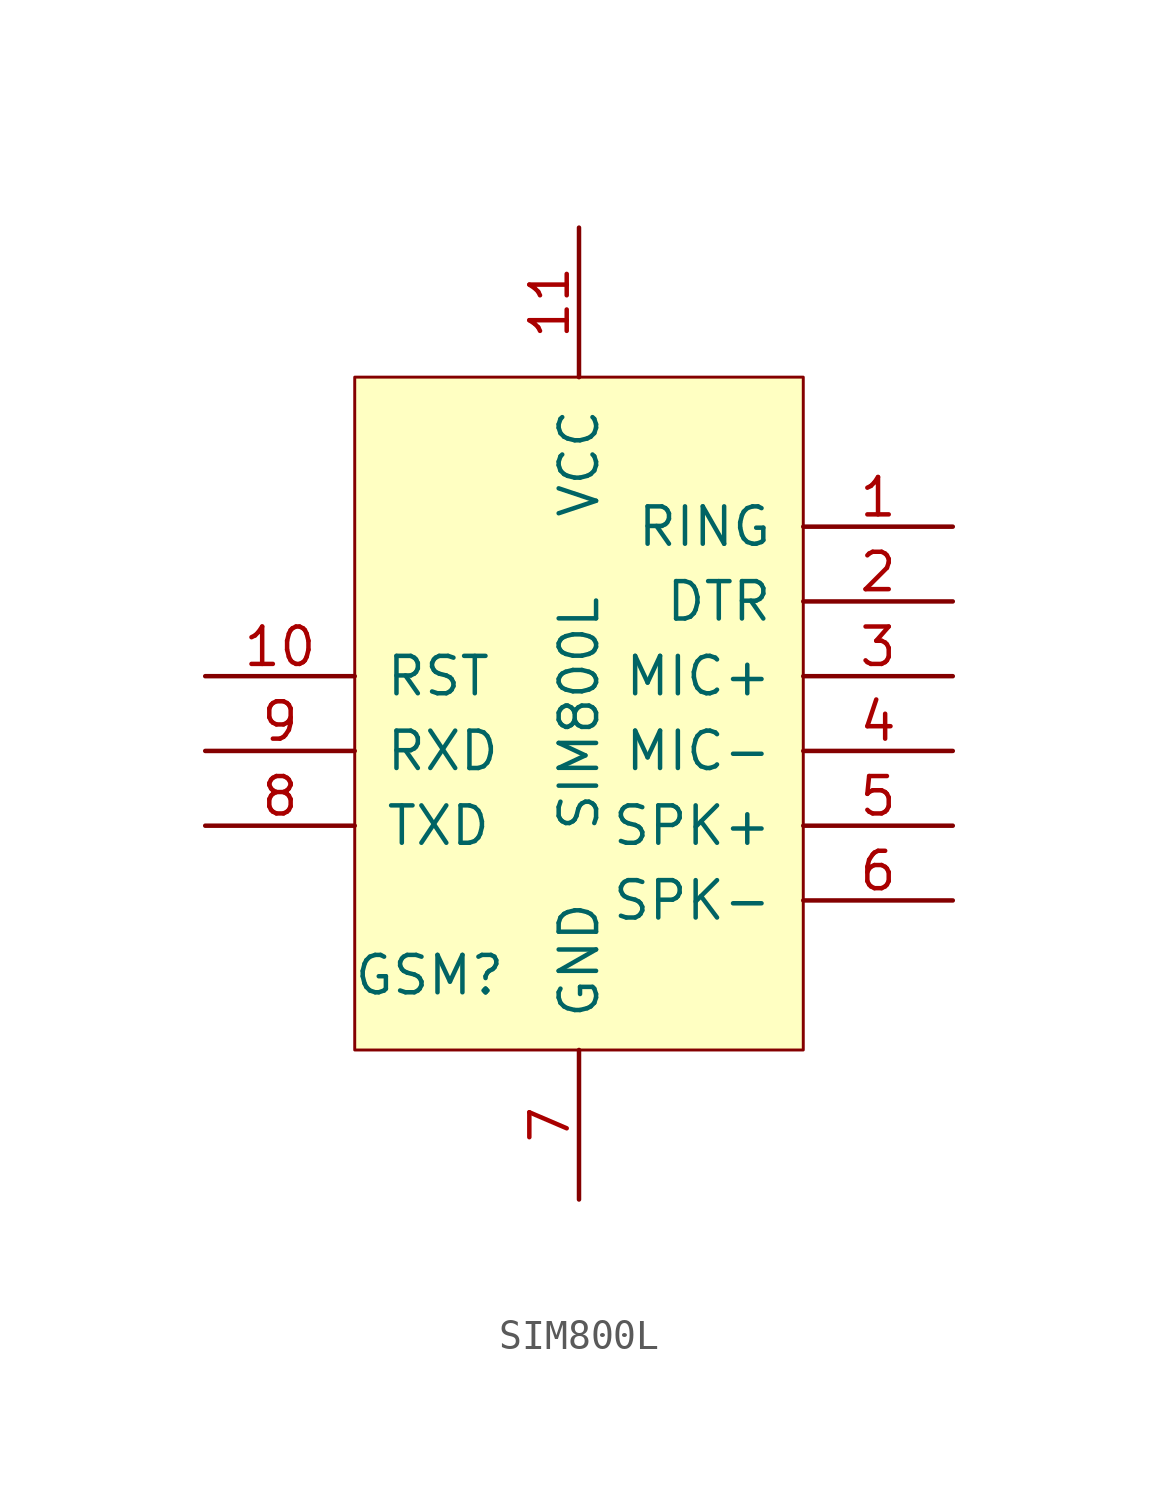
<source format=kicad_sym>
(kicad_symbol_lib
  (version 20220914)
  (generator kicad_symbol_editor)
  (symbol "SIM800L"
    (pin_names
      (offset 1.016))
    (property "Reference" "GSM"
      (at -5.08 -7.62 0)
      (effects (font (size 1.27 1.27))))
    (property "Value" "SIM800L"
      (at 0 1.27 90)
      (effects (font (size 1.27 1.27))))
    (symbol "SIM800L_1_1"
      (rectangle (start -7.62 12.7) (end 7.62 -10.16) (stroke (width 0.1) (type default)) (fill (type background)))
      (pin output line (at 12.7 7.62 180) (length 5.08) (name "RING" (effects (font (size 1.27 1.27)))) (number "1" (effects (font (size 1.27 1.27)))))
      (pin input line (at -12.7 2.54 0) (length 5.08) (name "RST" (effects (font (size 1.27 1.27)))) (number "10" (effects (font (size 1.27 1.27)))))
      (pin power_in line (at 0 17.78 270) (length 5.08) (name "VCC" (effects (font (size 1.27 1.27)))) (number "11" (effects (font (size 1.27 1.27)))))
      (pin no_connect line (at -12.7 5.08 0) (length 5.08) hide (name "NET" (effects (font (size 1.27 1.27)))) (number "12" (effects (font (size 1.27 1.27)))))
      (pin input line (at 12.7 5.08 180) (length 5.08) (name "DTR" (effects (font (size 1.27 1.27)))) (number "2" (effects (font (size 1.27 1.27)))))
      (pin bidirectional line (at 12.7 2.54 180) (length 5.08) (name "MIC+" (effects (font (size 1.27 1.27)))) (number "3" (effects (font (size 1.27 1.27)))))
      (pin bidirectional line (at 12.7 0 180) (length 5.08) (name "MIC-" (effects (font (size 1.27 1.27)))) (number "4" (effects (font (size 1.27 1.27)))))
      (pin bidirectional line (at 12.7 -2.54 180) (length 5.08) (name "SPK+" (effects (font (size 1.27 1.27)))) (number "5" (effects (font (size 1.27 1.27)))))
      (pin bidirectional line (at 12.7 -5.08 180) (length 5.08) (name "SPK-" (effects (font (size 1.27 1.27)))) (number "6" (effects (font (size 1.27 1.27)))))
      (pin power_in line (at 0 -15.24 90) (length 5.08) (name "GND" (effects (font (size 1.27 1.27)))) (number "7" (effects (font (size 1.27 1.27)))))
      (pin output line (at -12.7 -2.54 0) (length 5.08) (name "TXD" (effects (font (size 1.27 1.27)))) (number "8" (effects (font (size 1.27 1.27)))))
      (pin input line (at -12.7 0 0) (length 5.08) (name "RXD" (effects (font (size 1.27 1.27)))) (number "9" (effects (font (size 1.27 1.27))))))))
</source>
